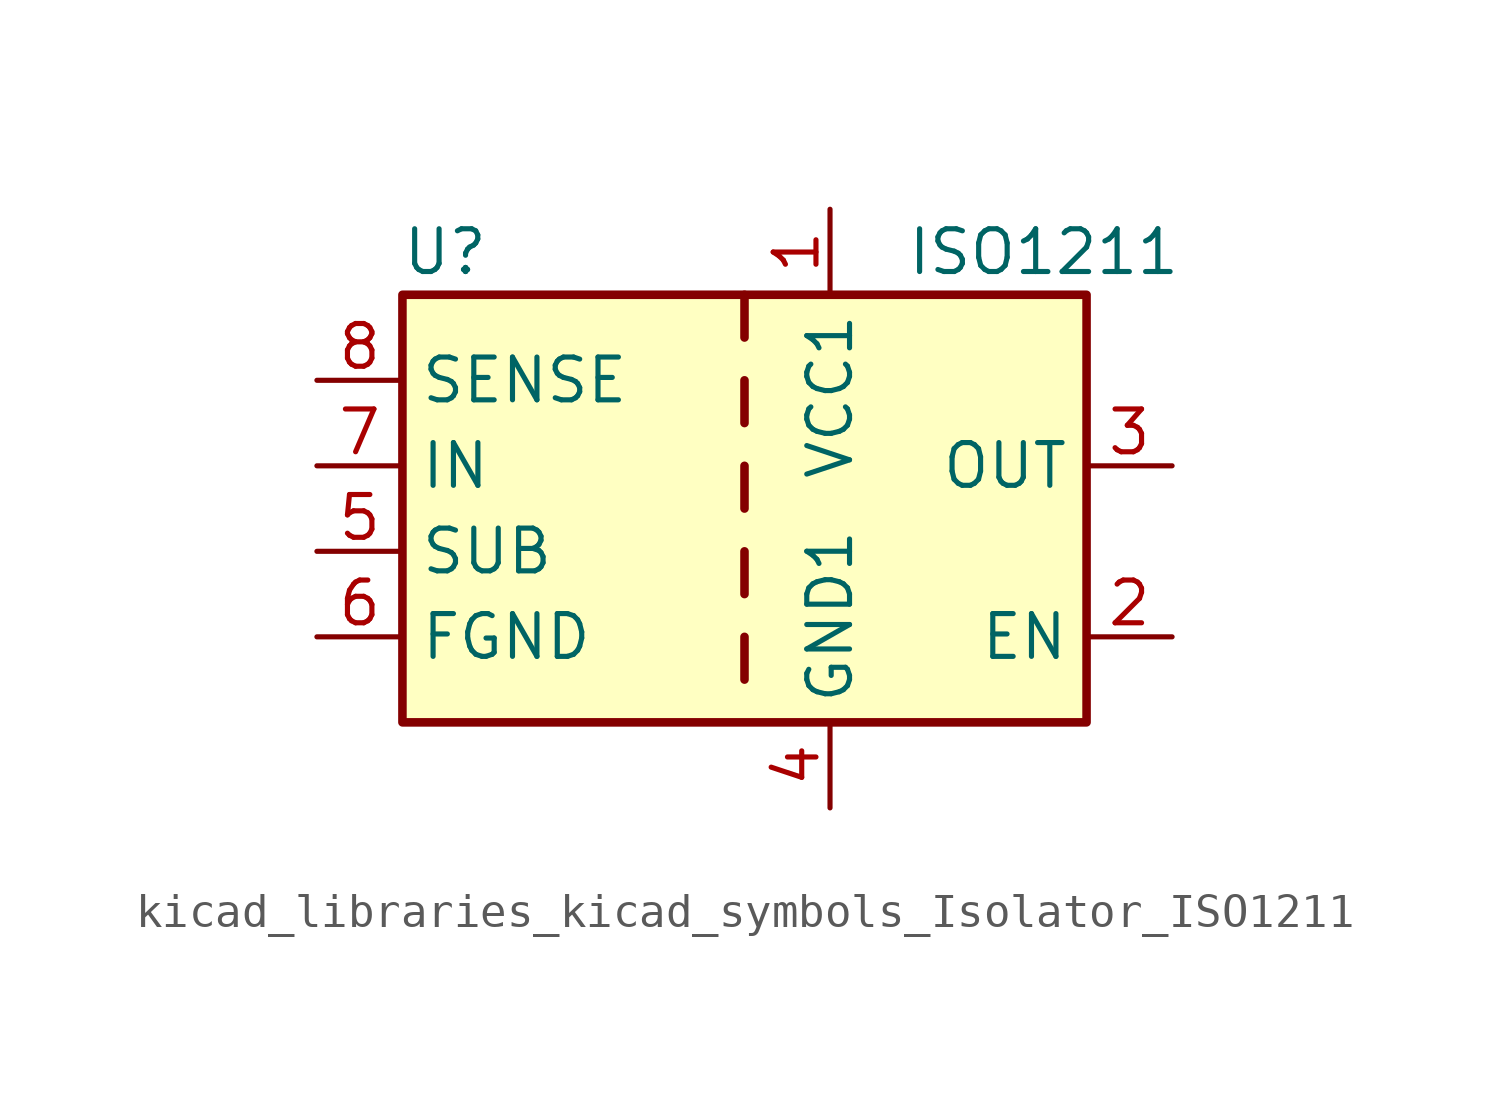
<source format=kicad_sym>
(kicad_symbol_lib
  (version 20220914)
  (generator kicad_symbol_editor)
  (symbol "kicad_libraries_kicad_symbols_Isolator_ISO1211"
    (property "Reference" "U"
      (at -8.89 6.35 0)
      (effects (font (size 1.27 1.27))))
    (property "Value" "ISO1211"
      (at 8.89 6.35 0)
      (effects (font (size 1.27 1.27))))
    (symbol "kicad_libraries_kicad_symbols_Isolator_ISO1211_0_1"
      (rectangle (start -10.16 5.08) (end 10.16 -7.62) (stroke (width 0.254) (type default)) (fill (type background)))
      (polyline (pts (xy 0 -6.35) (xy 0 -5.08)) (stroke (width 0.254) (type default)) (fill (type none)))
      (polyline (pts (xy 0 -3.81) (xy 0 -2.54)) (stroke (width 0.254) (type default)) (fill (type none)))
      (polyline (pts (xy 0 -1.27) (xy 0 0)) (stroke (width 0.254) (type default)) (fill (type none)))
      (polyline (pts (xy 0 1.27) (xy 0 2.54)) (stroke (width 0.254) (type default)) (fill (type none)))
      (polyline (pts (xy 0 3.81) (xy 0 5.08)) (stroke (width 0.254) (type default)) (fill (type none))))
    (symbol "kicad_libraries_kicad_symbols_Isolator_ISO1211_1_1"
      (pin power_in line (at 2.54 7.62 270) (length 2.54) (name "VCC1" (effects (font (size 1.27 1.27)))) (number "1" (effects (font (size 1.27 1.27)))))
      (pin input line (at 12.7 -5.08 180) (length 2.54) (name "EN" (effects (font (size 1.27 1.27)))) (number "2" (effects (font (size 1.27 1.27)))))
      (pin tri_state line (at 12.7 0 180) (length 2.54) (name "OUT" (effects (font (size 1.27 1.27)))) (number "3" (effects (font (size 1.27 1.27)))))
      (pin power_in line (at 2.54 -10.16 90) (length 2.54) (name "GND1" (effects (font (size 1.27 1.27)))) (number "4" (effects (font (size 1.27 1.27)))))
      (pin passive line (at -12.7 -2.54 0) (length 2.54) (name "SUB" (effects (font (size 1.27 1.27)))) (number "5" (effects (font (size 1.27 1.27)))))
      (pin power_in line (at -12.7 -5.08 0) (length 2.54) (name "FGND" (effects (font (size 1.27 1.27)))) (number "6" (effects (font (size 1.27 1.27)))))
      (pin input line (at -12.7 0 0) (length 2.54) (name "IN" (effects (font (size 1.27 1.27)))) (number "7" (effects (font (size 1.27 1.27)))))
      (pin input line (at -12.7 2.54 0) (length 2.54) (name "SENSE" (effects (font (size 1.27 1.27)))) (number "8" (effects (font (size 1.27 1.27))))))))
</source>
